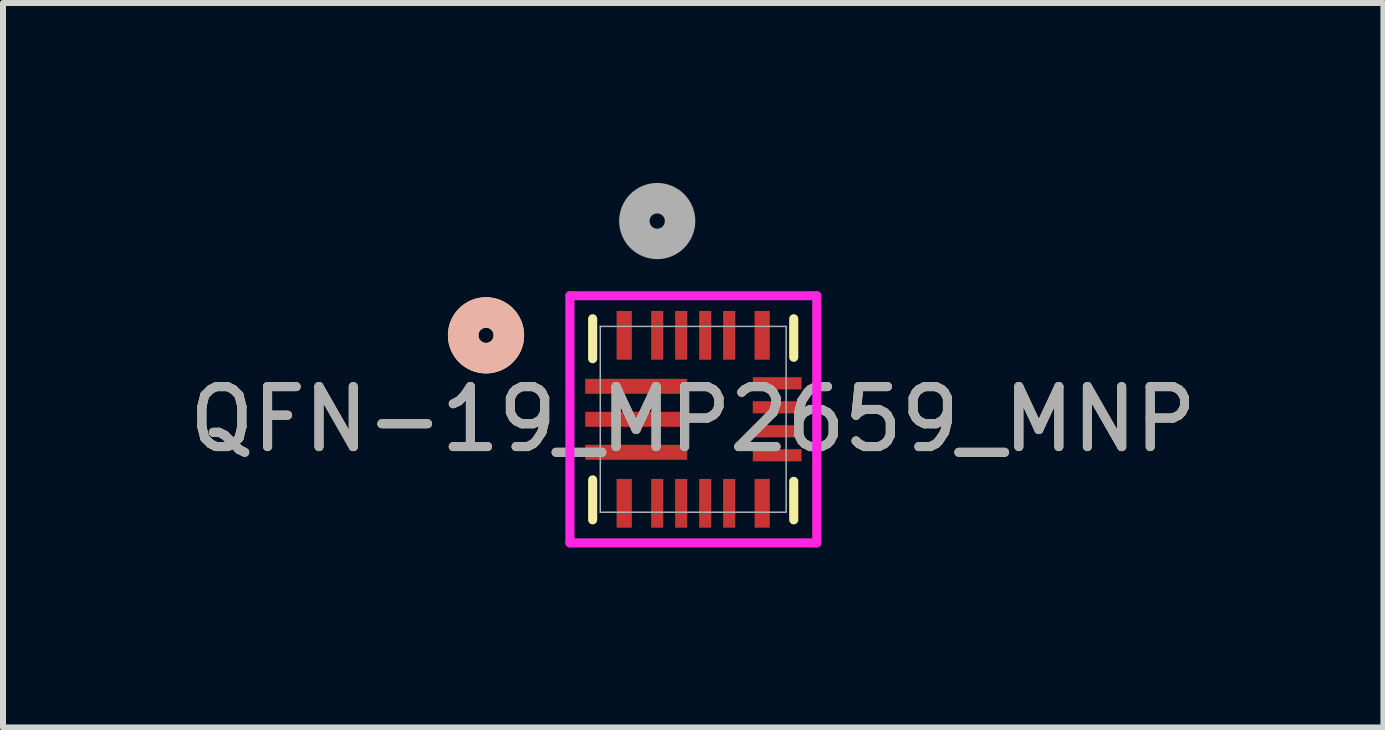
<source format=kicad_pcb>
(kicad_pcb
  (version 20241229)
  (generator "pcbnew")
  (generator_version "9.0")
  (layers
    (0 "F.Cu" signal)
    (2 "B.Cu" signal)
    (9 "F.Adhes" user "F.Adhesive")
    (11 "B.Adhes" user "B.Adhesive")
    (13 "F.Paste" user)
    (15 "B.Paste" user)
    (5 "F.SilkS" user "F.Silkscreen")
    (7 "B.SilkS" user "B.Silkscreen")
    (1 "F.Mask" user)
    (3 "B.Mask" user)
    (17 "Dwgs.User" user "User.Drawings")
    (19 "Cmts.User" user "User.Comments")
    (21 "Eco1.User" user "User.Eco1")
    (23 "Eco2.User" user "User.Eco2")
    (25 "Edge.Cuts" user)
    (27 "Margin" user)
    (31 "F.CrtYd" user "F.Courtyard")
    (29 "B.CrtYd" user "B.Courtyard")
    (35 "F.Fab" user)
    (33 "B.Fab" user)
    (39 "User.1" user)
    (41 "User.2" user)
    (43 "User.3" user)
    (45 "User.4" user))
  (footprint "QFN-19_MP2659_MNP"
    (layer "F.Cu")
    (at 8.506 3.94)
    (property "Reference" "QFN-19_MP2659_MNP" (at 0 0 0) (unlocked yes) (layer "F.SilkS") (effects (font (size 1 1) (thickness 0.15))))
    (attr smd)
    (fp_line (start -1.676 -1.676) (end -1.676 -1.01) (stroke (width 0.152) (type solid)) (layer "F.SilkS"))
    (fp_line (start -1.676 1.01) (end -1.676 1.676) (stroke (width 0.152) (type solid)) (layer "F.SilkS"))
    (fp_line (start 1.676 -1.034) (end 1.676 -1.676) (stroke (width 0.152) (type solid)) (layer "F.SilkS"))
    (fp_line (start 1.676 1.676) (end 1.676 1.034) (stroke (width 0.152) (type solid)) (layer "F.SilkS"))
    (fp_circle (center -3.454 -1.4) (end -3.073 -1.4) (stroke (width 0.508) (type solid)) (fill no) (layer "F.SilkS"))
    (fp_circle (center -3.454 -1.4) (end -3.073 -1.4) (stroke (width 0.508) (type solid)) (fill no) (layer "B.SilkS"))
    (fp_line (start -2.055 -2.06) (end -2.055 2.06) (stroke (width 0.152) (type solid)) (layer "F.CrtYd"))
    (fp_line (start -2.055 2.06) (end 2.06 2.06) (stroke (width 0.152) (type solid)) (layer "F.CrtYd"))
    (fp_line (start 2.06 -2.06) (end -2.055 -2.06) (stroke (width 0.152) (type solid)) (layer "F.CrtYd"))
    (fp_line (start 2.06 2.06) (end 2.06 -2.06) (stroke (width 0.152) (type solid)) (layer "F.CrtYd"))
    (fp_line (start -1.549 -1.549) (end -1.549 1.549) (stroke (width 0.025) (type solid)) (layer "F.Fab"))
    (fp_line (start -1.549 1.549) (end 1.549 1.549) (stroke (width 0.025) (type solid)) (layer "F.Fab"))
    (fp_line (start 1.549 -1.549) (end -1.549 -1.549) (stroke (width 0.025) (type solid)) (layer "F.Fab"))
    (fp_line (start 1.549 1.549) (end 1.549 -1.549) (stroke (width 0.025) (type solid)) (layer "F.Fab"))
    (fp_circle (center -0.6 -3.305) (end -0.219 -3.305) (stroke (width 0.508) (type solid)) (fill no) (layer "F.Fab"))
    (fp_text user "${REFERENCE}" (at 0 0 0) (unlocked yes) (layer "F.Fab") (effects (font (size 1 1) (thickness 0.15))))
    (pad "1" smd rect (at -0.95 -0.55) (size 1.7 0.25) (layers "F.Cu" "F.Mask" "F.Paste"))
    (pad "2" smd rect (at -0.95 0) (size 1.7 0.25) (layers "F.Cu" "F.Mask" "F.Paste"))
    (pad "3" smd rect (at -0.95 0.55) (size 1.7 0.25) (layers "F.Cu" "F.Mask" "F.Paste"))
    (pad "4" smd rect (at -1.15 1.4) (size 0.254 0.813) (layers "F.Cu" "F.Mask" "F.Paste"))
    (pad "5" smd rect (at -0.6 1.4) (size 0.203 0.813) (layers "F.Cu" "F.Mask" "F.Paste"))
    (pad "6" smd rect (at -0.2 1.4) (size 0.203 0.813) (layers "F.Cu" "F.Mask" "F.Paste"))
    (pad "7" smd rect (at 0.2 1.4) (size 0.203 0.813) (layers "F.Cu" "F.Mask" "F.Paste"))
    (pad "8" smd rect (at 0.6 1.4) (size 0.203 0.813) (layers "F.Cu" "F.Mask" "F.Paste"))
    (pad "9" smd rect (at 1.15 1.4) (size 0.254 0.813) (layers "F.Cu" "F.Mask" "F.Paste"))
    (pad "10" smd rect (at 1.4 0.6) (size 0.813 0.203) (layers "F.Cu" "F.Mask" "F.Paste"))
    (pad "11" smd rect (at 1.4 0.2) (size 0.813 0.203) (layers "F.Cu" "F.Mask" "F.Paste"))
    (pad "12" smd rect (at 1.4 -0.2) (size 0.813 0.203) (layers "F.Cu" "F.Mask" "F.Paste"))
    (pad "13" smd rect (at 1.4 -0.6) (size 0.813 0.203) (layers "F.Cu" "F.Mask" "F.Paste"))
    (pad "14" smd rect (at 1.15 -1.4) (size 0.254 0.813) (layers "F.Cu" "F.Mask" "F.Paste"))
    (pad "15" smd rect (at 0.6 -1.4) (size 0.203 0.813) (layers "F.Cu" "F.Mask" "F.Paste"))
    (pad "16" smd rect (at 0.2 -1.4) (size 0.203 0.813) (layers "F.Cu" "F.Mask" "F.Paste"))
    (pad "17" smd rect (at -0.2 -1.4) (size 0.203 0.813) (layers "F.Cu" "F.Mask" "F.Paste"))
    (pad "18" smd rect (at -0.6 -1.4) (size 0.203 0.813) (layers "F.Cu" "F.Mask" "F.Paste"))
    (pad "19" smd rect (at -1.15 -1.4) (size 0.254 0.813) (layers "F.Cu" "F.Mask" "F.Paste")))
  (gr_rect
    (start -3 -3)
    (end 20.012 9.077)
    (stroke (width 0.1) (type default))
    (fill no)
    (layer "Edge.Cuts")))
</source>
